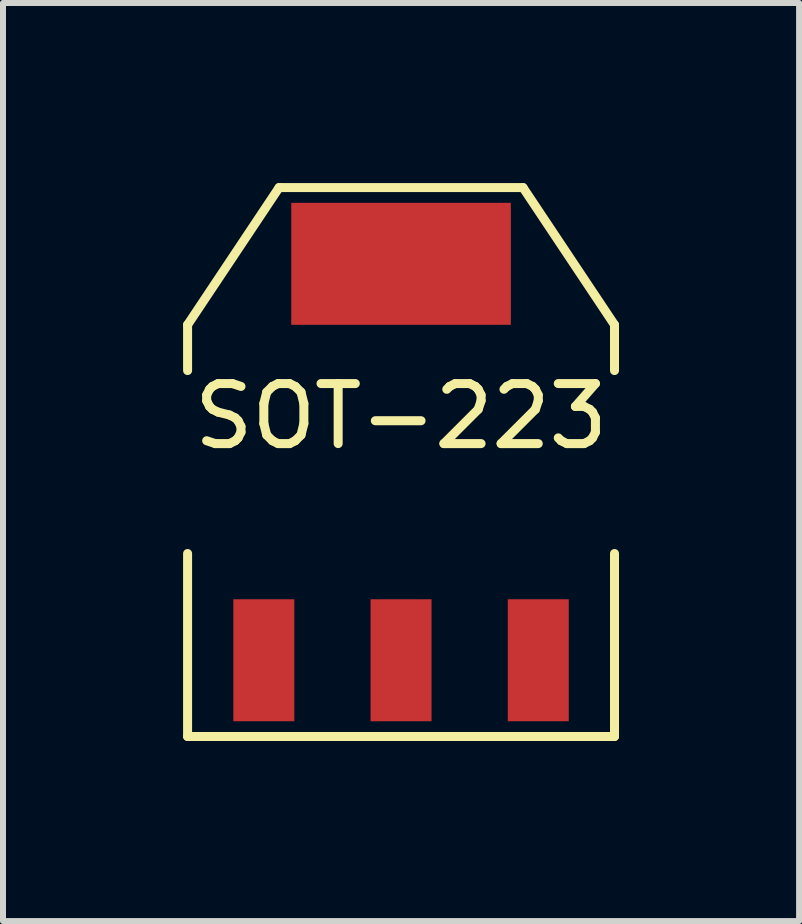
<source format=kicad_pcb>
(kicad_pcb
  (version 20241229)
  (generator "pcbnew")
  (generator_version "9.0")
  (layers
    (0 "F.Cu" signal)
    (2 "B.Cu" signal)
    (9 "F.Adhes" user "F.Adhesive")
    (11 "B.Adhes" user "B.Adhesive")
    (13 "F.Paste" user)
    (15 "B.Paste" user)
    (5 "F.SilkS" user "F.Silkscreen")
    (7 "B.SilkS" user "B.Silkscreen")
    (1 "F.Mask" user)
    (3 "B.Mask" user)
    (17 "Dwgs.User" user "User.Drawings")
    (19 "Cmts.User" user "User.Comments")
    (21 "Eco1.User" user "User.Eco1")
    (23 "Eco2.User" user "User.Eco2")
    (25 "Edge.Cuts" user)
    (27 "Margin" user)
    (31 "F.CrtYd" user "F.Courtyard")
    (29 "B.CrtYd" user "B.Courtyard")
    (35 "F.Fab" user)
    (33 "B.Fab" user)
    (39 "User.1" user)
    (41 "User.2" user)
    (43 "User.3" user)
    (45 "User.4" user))
  (footprint "SOT-223"
    (layer "F.Cu")
    (at 3.631 4.647)
    (property "Reference" "SOT-223" (at 0 -0.762 0) (layer "F.SilkS") (effects (font (size 1 1) (thickness 0.15))))
    (attr smd)
    (fp_line (start -3.556 -2.286) (end -2.032 -4.572) (stroke (width 0.15) (type solid)) (layer "F.SilkS"))
    (fp_line (start -3.556 -1.524) (end -3.556 -2.286) (stroke (width 0.15) (type solid)) (layer "F.SilkS"))
    (fp_line (start -3.556 1.524) (end -3.556 4.572) (stroke (width 0.15) (type solid)) (layer "F.SilkS"))
    (fp_line (start -3.556 4.572) (end 3.556 4.572) (stroke (width 0.15) (type solid)) (layer "F.SilkS"))
    (fp_line (start -2.032 -4.572) (end 2.032 -4.572) (stroke (width 0.15) (type solid)) (layer "F.SilkS"))
    (fp_line (start 2.032 -4.572) (end 3.556 -2.286) (stroke (width 0.15) (type solid)) (layer "F.SilkS"))
    (fp_line (start 3.556 -2.286) (end 3.556 -1.524) (stroke (width 0.15) (type solid)) (layer "F.SilkS"))
    (fp_line (start 3.556 4.572) (end 3.556 1.524) (stroke (width 0.15) (type solid)) (layer "F.SilkS"))
    (pad "GND" smd rect (at 0 -3.302) (size 3.658 2.032) (layers "F.Cu" "F.Mask" "F.Paste"))
    (pad "GND" smd rect (at 0 3.302) (size 1.016 2.032) (layers "F.Cu" "F.Mask" "F.Paste"))
    (pad "VI" smd rect (at -2.286 3.302) (size 1.016 2.032) (layers "F.Cu" "F.Mask" "F.Paste"))
    (pad "VO" smd rect (at 2.286 3.302) (size 1.016 2.032) (layers "F.Cu" "F.Mask" "F.Paste")))
  (gr_rect
    (start -3 -3)
    (end 10.262 12.294)
    (stroke (width 0.1) (type default))
    (fill no)
    (layer "Edge.Cuts")))
</source>
